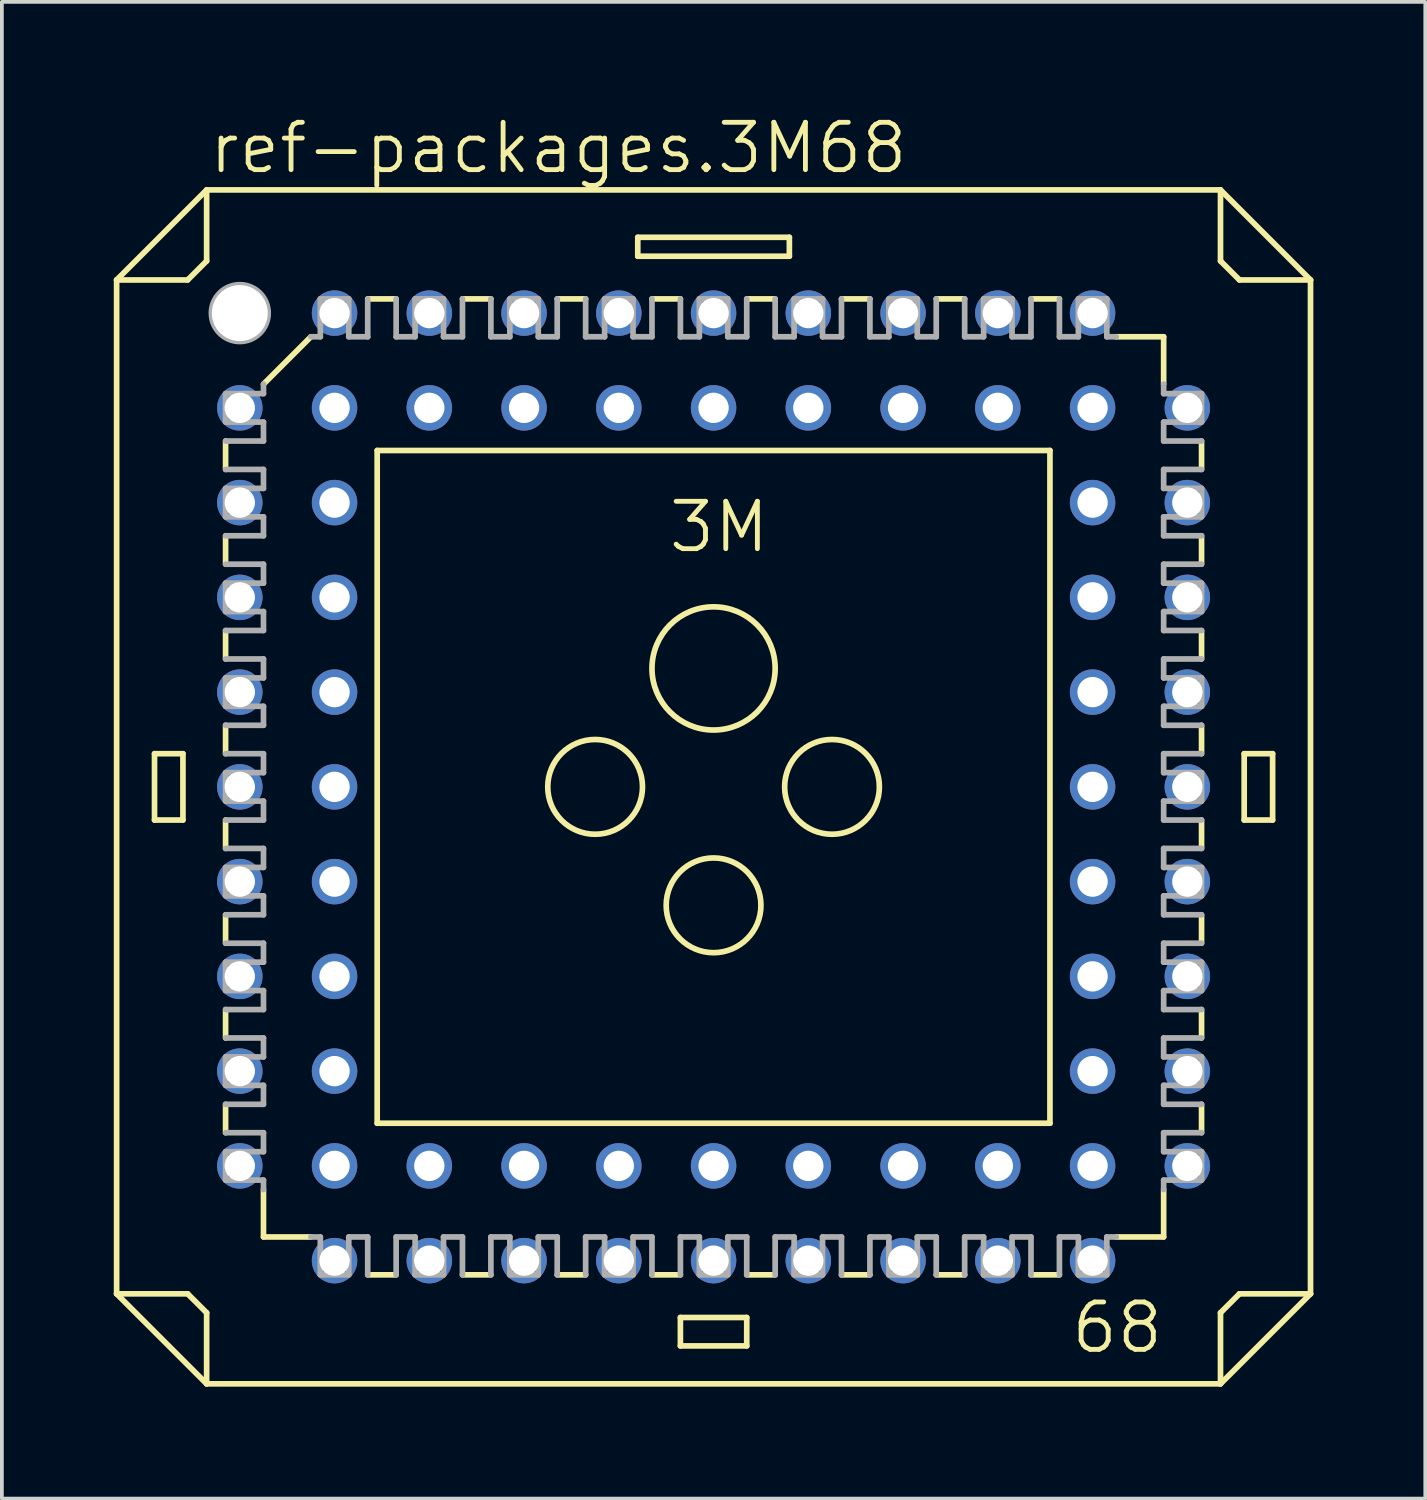
<source format=kicad_pcb>
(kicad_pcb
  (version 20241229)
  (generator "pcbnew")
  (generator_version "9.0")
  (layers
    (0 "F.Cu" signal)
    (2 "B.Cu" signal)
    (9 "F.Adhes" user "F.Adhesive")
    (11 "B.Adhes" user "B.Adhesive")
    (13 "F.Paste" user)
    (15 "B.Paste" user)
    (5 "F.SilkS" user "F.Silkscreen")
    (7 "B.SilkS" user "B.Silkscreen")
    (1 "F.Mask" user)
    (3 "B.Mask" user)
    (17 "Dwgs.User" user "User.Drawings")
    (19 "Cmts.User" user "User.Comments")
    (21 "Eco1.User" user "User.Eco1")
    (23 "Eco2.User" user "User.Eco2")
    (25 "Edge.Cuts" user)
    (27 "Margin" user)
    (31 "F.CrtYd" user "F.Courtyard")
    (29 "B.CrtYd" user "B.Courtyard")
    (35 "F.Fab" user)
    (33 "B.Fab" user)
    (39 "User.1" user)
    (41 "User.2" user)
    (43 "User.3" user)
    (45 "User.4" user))
  (footprint "ref-packages.3M68"
    (layer "F.Cu")
    (at 16.078 18.043)
    (property "Reference" "ref-packages.3M68" (at -13.589 -16.383 0) (layer "F.SilkS") (effects (font (size 1.27 1.27) (thickness 0.13)) (justify left bottom)))
    (attr through_hole)
    (fp_line (start -16.002 -13.589) (end -16.002 13.589) (stroke (width 0.152) (type default)) (layer "F.SilkS"))
    (fp_line (start -16.002 -13.589) (end -13.589 -16.002) (stroke (width 0.152) (type default)) (layer "F.SilkS"))
    (fp_line (start -16.002 13.589) (end -14.097 13.589) (stroke (width 0.152) (type default)) (layer "F.SilkS"))
    (fp_line (start -14.986 -0.889) (end -14.224 -0.889) (stroke (width 0.152) (type default)) (layer "F.SilkS"))
    (fp_line (start -14.986 0.889) (end -14.986 -0.889) (stroke (width 0.152) (type default)) (layer "F.SilkS"))
    (fp_line (start -14.986 0.889) (end -14.224 0.889) (stroke (width 0.152) (type default)) (layer "F.SilkS"))
    (fp_line (start -14.224 0.889) (end -14.224 -0.889) (stroke (width 0.152) (type default)) (layer "F.SilkS"))
    (fp_line (start -14.097 -13.589) (end -16.002 -13.589) (stroke (width 0.152) (type default)) (layer "F.SilkS"))
    (fp_line (start -14.097 -13.589) (end -13.589 -14.097) (stroke (width 0.152) (type default)) (layer "F.SilkS"))
    (fp_line (start -13.589 -16.002) (end -13.589 -14.097) (stroke (width 0.152) (type default)) (layer "F.SilkS"))
    (fp_line (start -13.589 14.097) (end -14.097 13.589) (stroke (width 0.152) (type default)) (layer "F.SilkS"))
    (fp_line (start -13.589 14.097) (end -13.589 16.002) (stroke (width 0.152) (type default)) (layer "F.SilkS"))
    (fp_line (start -13.589 16.002) (end -16.002 13.589) (stroke (width 0.152) (type default)) (layer "F.SilkS"))
    (fp_line (start -13.081 -9.271) (end -13.081 -8.509) (stroke (width 0.152) (type default)) (layer "F.SilkS"))
    (fp_line (start -13.081 -6.731) (end -13.081 -5.969) (stroke (width 0.152) (type default)) (layer "F.SilkS"))
    (fp_line (start -13.081 -4.191) (end -13.081 -3.429) (stroke (width 0.152) (type default)) (layer "F.SilkS"))
    (fp_line (start -13.081 -0.889) (end -13.081 -1.651) (stroke (width 0.152) (type default)) (layer "F.SilkS"))
    (fp_line (start -13.081 1.651) (end -13.081 0.889) (stroke (width 0.152) (type default)) (layer "F.SilkS"))
    (fp_line (start -13.081 4.191) (end -13.081 3.429) (stroke (width 0.152) (type default)) (layer "F.SilkS"))
    (fp_line (start -13.081 5.969) (end -13.081 6.731) (stroke (width 0.152) (type default)) (layer "F.SilkS"))
    (fp_line (start -13.081 8.509) (end -13.081 9.271) (stroke (width 0.152) (type default)) (layer "F.SilkS"))
    (fp_line (start -12.065 -10.795) (end -10.795 -12.065) (stroke (width 0.152) (type default)) (layer "F.SilkS"))
    (fp_line (start -12.065 12.065) (end -12.065 10.795) (stroke (width 0.152) (type default)) (layer "F.SilkS"))
    (fp_line (start -12.065 12.065) (end -10.795 12.065) (stroke (width 0.152) (type default)) (layer "F.SilkS"))
    (fp_line (start -9.271 13.081) (end -8.509 13.081) (stroke (width 0.152) (type default)) (layer "F.SilkS"))
    (fp_line (start -9.017 -9.017) (end -9.017 9.017) (stroke (width 0.152) (type default)) (layer "F.SilkS"))
    (fp_line (start -9.017 -9.017) (end 9.017 -9.017) (stroke (width 0.152) (type default)) (layer "F.SilkS"))
    (fp_line (start -8.509 -13.081) (end -9.271 -13.081) (stroke (width 0.152) (type default)) (layer "F.SilkS"))
    (fp_line (start -6.731 13.081) (end -5.969 13.081) (stroke (width 0.152) (type default)) (layer "F.SilkS"))
    (fp_line (start -5.969 -13.081) (end -6.731 -13.081) (stroke (width 0.152) (type default)) (layer "F.SilkS"))
    (fp_line (start -4.191 13.081) (end -3.429 13.081) (stroke (width 0.152) (type default)) (layer "F.SilkS"))
    (fp_line (start -3.429 -13.081) (end -4.191 -13.081) (stroke (width 0.152) (type default)) (layer "F.SilkS"))
    (fp_line (start -2.032 -14.732) (end -2.032 -14.224) (stroke (width 0.152) (type default)) (layer "F.SilkS"))
    (fp_line (start -1.651 13.081) (end -0.889 13.081) (stroke (width 0.152) (type default)) (layer "F.SilkS"))
    (fp_line (start -0.889 -13.081) (end -1.651 -13.081) (stroke (width 0.152) (type default)) (layer "F.SilkS"))
    (fp_line (start -0.889 14.986) (end -0.889 14.224) (stroke (width 0.152) (type default)) (layer "F.SilkS"))
    (fp_line (start -0.889 14.986) (end 0.889 14.986) (stroke (width 0.152) (type default)) (layer "F.SilkS"))
    (fp_line (start 0.889 13.081) (end 1.651 13.081) (stroke (width 0.152) (type default)) (layer "F.SilkS"))
    (fp_line (start 0.889 14.224) (end -0.889 14.224) (stroke (width 0.152) (type default)) (layer "F.SilkS"))
    (fp_line (start 0.889 14.224) (end 0.889 14.986) (stroke (width 0.152) (type default)) (layer "F.SilkS"))
    (fp_line (start 1.651 -13.081) (end 0.889 -13.081) (stroke (width 0.152) (type default)) (layer "F.SilkS"))
    (fp_line (start 2.032 -14.732) (end -2.032 -14.732) (stroke (width 0.152) (type default)) (layer "F.SilkS"))
    (fp_line (start 2.032 -14.224) (end -2.032 -14.224) (stroke (width 0.152) (type default)) (layer "F.SilkS"))
    (fp_line (start 2.032 -14.224) (end 2.032 -14.732) (stroke (width 0.152) (type default)) (layer "F.SilkS"))
    (fp_line (start 3.429 13.081) (end 4.191 13.081) (stroke (width 0.152) (type default)) (layer "F.SilkS"))
    (fp_line (start 4.191 -13.081) (end 3.429 -13.081) (stroke (width 0.152) (type default)) (layer "F.SilkS"))
    (fp_line (start 5.969 13.081) (end 6.731 13.081) (stroke (width 0.152) (type default)) (layer "F.SilkS"))
    (fp_line (start 6.731 -13.081) (end 5.969 -13.081) (stroke (width 0.152) (type default)) (layer "F.SilkS"))
    (fp_line (start 8.509 13.081) (end 9.271 13.081) (stroke (width 0.152) (type default)) (layer "F.SilkS"))
    (fp_line (start 9.017 9.017) (end -9.017 9.017) (stroke (width 0.152) (type default)) (layer "F.SilkS"))
    (fp_line (start 9.017 9.017) (end 9.017 -9.017) (stroke (width 0.152) (type default)) (layer "F.SilkS"))
    (fp_line (start 9.271 -13.081) (end 8.509 -13.081) (stroke (width 0.152) (type default)) (layer "F.SilkS"))
    (fp_line (start 10.795 12.065) (end 12.065 12.065) (stroke (width 0.152) (type default)) (layer "F.SilkS"))
    (fp_line (start 12.065 -12.065) (end 10.795 -12.065) (stroke (width 0.152) (type default)) (layer "F.SilkS"))
    (fp_line (start 12.065 -12.065) (end 12.065 -10.795) (stroke (width 0.152) (type default)) (layer "F.SilkS"))
    (fp_line (start 12.065 12.065) (end 12.065 10.795) (stroke (width 0.152) (type default)) (layer "F.SilkS"))
    (fp_line (start 13.081 -8.509) (end 13.081 -9.271) (stroke (width 0.152) (type default)) (layer "F.SilkS"))
    (fp_line (start 13.081 -5.969) (end 13.081 -6.731) (stroke (width 0.152) (type default)) (layer "F.SilkS"))
    (fp_line (start 13.081 -4.191) (end 13.081 -3.429) (stroke (width 0.152) (type default)) (layer "F.SilkS"))
    (fp_line (start 13.081 -1.651) (end 13.081 -0.889) (stroke (width 0.152) (type default)) (layer "F.SilkS"))
    (fp_line (start 13.081 0.889) (end 13.081 1.651) (stroke (width 0.152) (type default)) (layer "F.SilkS"))
    (fp_line (start 13.081 4.191) (end 13.081 3.429) (stroke (width 0.152) (type default)) (layer "F.SilkS"))
    (fp_line (start 13.081 6.731) (end 13.081 5.969) (stroke (width 0.152) (type default)) (layer "F.SilkS"))
    (fp_line (start 13.081 9.271) (end 13.081 8.509) (stroke (width 0.152) (type default)) (layer "F.SilkS"))
    (fp_line (start 13.589 -16.002) (end -13.589 -16.002) (stroke (width 0.152) (type default)) (layer "F.SilkS"))
    (fp_line (start 13.589 -16.002) (end 16.002 -13.589) (stroke (width 0.152) (type default)) (layer "F.SilkS"))
    (fp_line (start 13.589 -14.097) (end 13.589 -16.002) (stroke (width 0.152) (type default)) (layer "F.SilkS"))
    (fp_line (start 13.589 -14.097) (end 14.097 -13.589) (stroke (width 0.152) (type default)) (layer "F.SilkS"))
    (fp_line (start 13.589 16.002) (end -13.589 16.002) (stroke (width 0.152) (type default)) (layer "F.SilkS"))
    (fp_line (start 13.589 16.002) (end 13.589 14.097) (stroke (width 0.152) (type default)) (layer "F.SilkS"))
    (fp_line (start 14.097 13.589) (end 13.589 14.097) (stroke (width 0.152) (type default)) (layer "F.SilkS"))
    (fp_line (start 14.097 13.589) (end 16.002 13.589) (stroke (width 0.152) (type default)) (layer "F.SilkS"))
    (fp_line (start 14.224 -0.889) (end 14.224 0.889) (stroke (width 0.152) (type default)) (layer "F.SilkS"))
    (fp_line (start 14.224 -0.889) (end 14.986 -0.889) (stroke (width 0.152) (type default)) (layer "F.SilkS"))
    (fp_line (start 14.986 0.889) (end 14.224 0.889) (stroke (width 0.152) (type default)) (layer "F.SilkS"))
    (fp_line (start 14.986 0.889) (end 14.986 -0.889) (stroke (width 0.152) (type default)) (layer "F.SilkS"))
    (fp_line (start 16.002 -13.589) (end 14.097 -13.589) (stroke (width 0.152) (type default)) (layer "F.SilkS"))
    (fp_line (start 16.002 -13.589) (end 16.002 13.589) (stroke (width 0.152) (type default)) (layer "F.SilkS"))
    (fp_line (start 16.002 13.589) (end 13.589 16.002) (stroke (width 0.152) (type default)) (layer "F.SilkS"))
    (fp_circle (center -3.175 0) (end -1.905 0) (stroke (width 0.152) (type default)) (fill no) (layer "F.SilkS"))
    (fp_circle (center 0 -3.175) (end 1.651 -3.175) (stroke (width 0.152) (type default)) (fill no) (layer "F.SilkS"))
    (fp_circle (center 0 3.175) (end 1.27 3.175) (stroke (width 0.152) (type default)) (fill no) (layer "F.SilkS"))
    (fp_circle (center 3.175 0) (end 4.445 0) (stroke (width 0.152) (type default)) (fill no) (layer "F.SilkS"))
    (fp_line (start -13.081 -10.541) (end -13.081 -9.779) (stroke (width 0.152) (type default)) (layer "F.Fab"))
    (fp_line (start -13.081 -10.541) (end -12.065 -10.541) (stroke (width 0.152) (type default)) (layer "F.Fab"))
    (fp_line (start -13.081 -9.271) (end -12.065 -9.271) (stroke (width 0.152) (type default)) (layer "F.Fab"))
    (fp_line (start -13.081 -7.239) (end -13.081 -8.001) (stroke (width 0.152) (type default)) (layer "F.Fab"))
    (fp_line (start -13.081 -7.239) (end -12.065 -7.239) (stroke (width 0.152) (type default)) (layer "F.Fab"))
    (fp_line (start -13.081 -6.731) (end -12.065 -6.731) (stroke (width 0.152) (type default)) (layer "F.Fab"))
    (fp_line (start -13.081 -5.461) (end -13.081 -4.699) (stroke (width 0.152) (type default)) (layer "F.Fab"))
    (fp_line (start -13.081 -5.461) (end -12.065 -5.461) (stroke (width 0.152) (type default)) (layer "F.Fab"))
    (fp_line (start -13.081 -4.191) (end -12.065 -4.191) (stroke (width 0.152) (type default)) (layer "F.Fab"))
    (fp_line (start -13.081 -2.921) (end -13.081 -2.159) (stroke (width 0.152) (type default)) (layer "F.Fab"))
    (fp_line (start -13.081 -2.921) (end -12.065 -2.921) (stroke (width 0.152) (type default)) (layer "F.Fab"))
    (fp_line (start -13.081 -0.889) (end -12.065 -0.889) (stroke (width 0.152) (type default)) (layer "F.Fab"))
    (fp_line (start -13.081 0.381) (end -13.081 -0.381) (stroke (width 0.152) (type default)) (layer "F.Fab"))
    (fp_line (start -13.081 0.381) (end -12.065 0.381) (stroke (width 0.152) (type default)) (layer "F.Fab"))
    (fp_line (start -13.081 1.651) (end -12.065 1.651) (stroke (width 0.152) (type default)) (layer "F.Fab"))
    (fp_line (start -13.081 2.921) (end -13.081 2.159) (stroke (width 0.152) (type default)) (layer "F.Fab"))
    (fp_line (start -13.081 2.921) (end -12.065 2.921) (stroke (width 0.152) (type default)) (layer "F.Fab"))
    (fp_line (start -13.081 4.191) (end -12.065 4.191) (stroke (width 0.152) (type default)) (layer "F.Fab"))
    (fp_line (start -13.081 5.461) (end -13.081 4.699) (stroke (width 0.152) (type default)) (layer "F.Fab"))
    (fp_line (start -13.081 5.461) (end -12.065 5.461) (stroke (width 0.152) (type default)) (layer "F.Fab"))
    (fp_line (start -13.081 5.969) (end -12.065 5.969) (stroke (width 0.152) (type default)) (layer "F.Fab"))
    (fp_line (start -13.081 7.239) (end -13.081 8.001) (stroke (width 0.152) (type default)) (layer "F.Fab"))
    (fp_line (start -13.081 7.239) (end -12.065 7.239) (stroke (width 0.152) (type default)) (layer "F.Fab"))
    (fp_line (start -13.081 8.509) (end -12.065 8.509) (stroke (width 0.152) (type default)) (layer "F.Fab"))
    (fp_line (start -13.081 9.779) (end -12.065 9.779) (stroke (width 0.152) (type default)) (layer "F.Fab"))
    (fp_line (start -13.081 10.541) (end -13.081 9.779) (stroke (width 0.152) (type default)) (layer "F.Fab"))
    (fp_line (start -13.081 10.541) (end -12.065 10.541) (stroke (width 0.152) (type default)) (layer "F.Fab"))
    (fp_line (start -12.065 -10.541) (end -12.065 -10.795) (stroke (width 0.152) (type default)) (layer "F.Fab"))
    (fp_line (start -12.065 -9.779) (end -13.081 -9.779) (stroke (width 0.152) (type default)) (layer "F.Fab"))
    (fp_line (start -12.065 -9.779) (end -12.065 -9.271) (stroke (width 0.152) (type default)) (layer "F.Fab"))
    (fp_line (start -12.065 -8.509) (end -13.081 -8.509) (stroke (width 0.152) (type default)) (layer "F.Fab"))
    (fp_line (start -12.065 -8.001) (end -13.081 -8.001) (stroke (width 0.152) (type default)) (layer "F.Fab"))
    (fp_line (start -12.065 -8.001) (end -12.065 -8.509) (stroke (width 0.152) (type default)) (layer "F.Fab"))
    (fp_line (start -12.065 -6.731) (end -12.065 -7.239) (stroke (width 0.152) (type default)) (layer "F.Fab"))
    (fp_line (start -12.065 -5.969) (end -13.081 -5.969) (stroke (width 0.152) (type default)) (layer "F.Fab"))
    (fp_line (start -12.065 -5.969) (end -12.065 -5.461) (stroke (width 0.152) (type default)) (layer "F.Fab"))
    (fp_line (start -12.065 -4.699) (end -13.081 -4.699) (stroke (width 0.152) (type default)) (layer "F.Fab"))
    (fp_line (start -12.065 -4.699) (end -12.065 -4.191) (stroke (width 0.152) (type default)) (layer "F.Fab"))
    (fp_line (start -12.065 -3.429) (end -13.081 -3.429) (stroke (width 0.152) (type default)) (layer "F.Fab"))
    (fp_line (start -12.065 -3.429) (end -12.065 -2.921) (stroke (width 0.152) (type default)) (layer "F.Fab"))
    (fp_line (start -12.065 -2.159) (end -13.081 -2.159) (stroke (width 0.152) (type default)) (layer "F.Fab"))
    (fp_line (start -12.065 -2.159) (end -12.065 -1.651) (stroke (width 0.152) (type default)) (layer "F.Fab"))
    (fp_line (start -12.065 -1.651) (end -13.081 -1.651) (stroke (width 0.152) (type default)) (layer "F.Fab"))
    (fp_line (start -12.065 -0.381) (end -13.081 -0.381) (stroke (width 0.152) (type default)) (layer "F.Fab"))
    (fp_line (start -12.065 -0.381) (end -12.065 -0.889) (stroke (width 0.152) (type default)) (layer "F.Fab"))
    (fp_line (start -12.065 0.889) (end -13.081 0.889) (stroke (width 0.152) (type default)) (layer "F.Fab"))
    (fp_line (start -12.065 0.889) (end -12.065 0.381) (stroke (width 0.152) (type default)) (layer "F.Fab"))
    (fp_line (start -12.065 2.159) (end -13.081 2.159) (stroke (width 0.152) (type default)) (layer "F.Fab"))
    (fp_line (start -12.065 2.159) (end -12.065 1.651) (stroke (width 0.152) (type default)) (layer "F.Fab"))
    (fp_line (start -12.065 3.429) (end -13.081 3.429) (stroke (width 0.152) (type default)) (layer "F.Fab"))
    (fp_line (start -12.065 3.429) (end -12.065 2.921) (stroke (width 0.152) (type default)) (layer "F.Fab"))
    (fp_line (start -12.065 4.699) (end -13.081 4.699) (stroke (width 0.152) (type default)) (layer "F.Fab"))
    (fp_line (start -12.065 4.699) (end -12.065 4.191) (stroke (width 0.152) (type default)) (layer "F.Fab"))
    (fp_line (start -12.065 5.461) (end -12.065 5.969) (stroke (width 0.152) (type default)) (layer "F.Fab"))
    (fp_line (start -12.065 6.731) (end -13.081 6.731) (stroke (width 0.152) (type default)) (layer "F.Fab"))
    (fp_line (start -12.065 6.731) (end -12.065 7.239) (stroke (width 0.152) (type default)) (layer "F.Fab"))
    (fp_line (start -12.065 8.001) (end -13.081 8.001) (stroke (width 0.152) (type default)) (layer "F.Fab"))
    (fp_line (start -12.065 8.001) (end -12.065 8.509) (stroke (width 0.152) (type default)) (layer "F.Fab"))
    (fp_line (start -12.065 9.271) (end -13.081 9.271) (stroke (width 0.152) (type default)) (layer "F.Fab"))
    (fp_line (start -12.065 9.271) (end -12.065 9.779) (stroke (width 0.152) (type default)) (layer "F.Fab"))
    (fp_line (start -12.065 10.541) (end -12.065 10.795) (stroke (width 0.152) (type default)) (layer "F.Fab"))
    (fp_line (start -10.795 -12.065) (end -10.541 -12.065) (stroke (width 0.152) (type default)) (layer "F.Fab"))
    (fp_line (start -10.541 -12.065) (end -10.541 -13.081) (stroke (width 0.152) (type default)) (layer "F.Fab"))
    (fp_line (start -10.541 12.065) (end -10.795 12.065) (stroke (width 0.152) (type default)) (layer "F.Fab"))
    (fp_line (start -10.541 13.081) (end -10.541 12.065) (stroke (width 0.152) (type default)) (layer "F.Fab"))
    (fp_line (start -10.541 13.081) (end -9.779 13.081) (stroke (width 0.152) (type default)) (layer "F.Fab"))
    (fp_line (start -9.779 -13.081) (end -10.541 -13.081) (stroke (width 0.152) (type default)) (layer "F.Fab"))
    (fp_line (start -9.779 -13.081) (end -9.779 -12.065) (stroke (width 0.152) (type default)) (layer "F.Fab"))
    (fp_line (start -9.779 12.065) (end -9.779 13.081) (stroke (width 0.152) (type default)) (layer "F.Fab"))
    (fp_line (start -9.779 12.065) (end -9.271 12.065) (stroke (width 0.152) (type default)) (layer "F.Fab"))
    (fp_line (start -9.271 -12.065) (end -9.779 -12.065) (stroke (width 0.152) (type default)) (layer "F.Fab"))
    (fp_line (start -9.271 -12.065) (end -9.271 -13.081) (stroke (width 0.152) (type default)) (layer "F.Fab"))
    (fp_line (start -9.271 13.081) (end -9.271 12.065) (stroke (width 0.152) (type default)) (layer "F.Fab"))
    (fp_line (start -8.509 -13.081) (end -8.509 -12.065) (stroke (width 0.152) (type default)) (layer "F.Fab"))
    (fp_line (start -8.509 12.065) (end -8.509 13.081) (stroke (width 0.152) (type default)) (layer "F.Fab"))
    (fp_line (start -8.001 -12.065) (end -8.509 -12.065) (stroke (width 0.152) (type default)) (layer "F.Fab"))
    (fp_line (start -8.001 -12.065) (end -8.001 -13.081) (stroke (width 0.152) (type default)) (layer "F.Fab"))
    (fp_line (start -8.001 12.065) (end -8.509 12.065) (stroke (width 0.152) (type default)) (layer "F.Fab"))
    (fp_line (start -8.001 12.065) (end -8.001 13.081) (stroke (width 0.152) (type default)) (layer "F.Fab"))
    (fp_line (start -7.239 -13.081) (end -8.001 -13.081) (stroke (width 0.152) (type default)) (layer "F.Fab"))
    (fp_line (start -7.239 -13.081) (end -7.239 -12.065) (stroke (width 0.152) (type default)) (layer "F.Fab"))
    (fp_line (start -7.239 13.081) (end -8.001 13.081) (stroke (width 0.152) (type default)) (layer "F.Fab"))
    (fp_line (start -7.239 13.081) (end -7.239 12.065) (stroke (width 0.152) (type default)) (layer "F.Fab"))
    (fp_line (start -6.731 -12.065) (end -7.239 -12.065) (stroke (width 0.152) (type default)) (layer "F.Fab"))
    (fp_line (start -6.731 -12.065) (end -6.731 -13.081) (stroke (width 0.152) (type default)) (layer "F.Fab"))
    (fp_line (start -6.731 12.065) (end -7.239 12.065) (stroke (width 0.152) (type default)) (layer "F.Fab"))
    (fp_line (start -6.731 13.081) (end -6.731 12.065) (stroke (width 0.152) (type default)) (layer "F.Fab"))
    (fp_line (start -5.969 -13.081) (end -5.969 -12.065) (stroke (width 0.152) (type default)) (layer "F.Fab"))
    (fp_line (start -5.969 12.065) (end -5.969 13.081) (stroke (width 0.152) (type default)) (layer "F.Fab"))
    (fp_line (start -5.969 12.065) (end -5.461 12.065) (stroke (width 0.152) (type default)) (layer "F.Fab"))
    (fp_line (start -5.461 -12.065) (end -5.969 -12.065) (stroke (width 0.152) (type default)) (layer "F.Fab"))
    (fp_line (start -5.461 -12.065) (end -5.461 -13.081) (stroke (width 0.152) (type default)) (layer "F.Fab"))
    (fp_line (start -5.461 13.081) (end -5.461 12.065) (stroke (width 0.152) (type default)) (layer "F.Fab"))
    (fp_line (start -5.461 13.081) (end -4.699 13.081) (stroke (width 0.152) (type default)) (layer "F.Fab"))
    (fp_line (start -4.699 -13.081) (end -5.461 -13.081) (stroke (width 0.152) (type default)) (layer "F.Fab"))
    (fp_line (start -4.699 -13.081) (end -4.699 -12.065) (stroke (width 0.152) (type default)) (layer "F.Fab"))
    (fp_line (start -4.699 12.065) (end -4.699 13.081) (stroke (width 0.152) (type default)) (layer "F.Fab"))
    (fp_line (start -4.699 12.065) (end -4.191 12.065) (stroke (width 0.152) (type default)) (layer "F.Fab"))
    (fp_line (start -4.191 -12.065) (end -4.699 -12.065) (stroke (width 0.152) (type default)) (layer "F.Fab"))
    (fp_line (start -4.191 -12.065) (end -4.191 -13.081) (stroke (width 0.152) (type default)) (layer "F.Fab"))
    (fp_line (start -4.191 13.081) (end -4.191 12.065) (stroke (width 0.152) (type default)) (layer "F.Fab"))
    (fp_line (start -3.429 -13.081) (end -3.429 -12.065) (stroke (width 0.152) (type default)) (layer "F.Fab"))
    (fp_line (start -3.429 12.065) (end -3.429 13.081) (stroke (width 0.152) (type default)) (layer "F.Fab"))
    (fp_line (start -3.429 12.065) (end -2.921 12.065) (stroke (width 0.152) (type default)) (layer "F.Fab"))
    (fp_line (start -2.921 -12.065) (end -3.429 -12.065) (stroke (width 0.152) (type default)) (layer "F.Fab"))
    (fp_line (start -2.921 -12.065) (end -2.921 -13.081) (stroke (width 0.152) (type default)) (layer "F.Fab"))
    (fp_line (start -2.921 13.081) (end -2.921 12.065) (stroke (width 0.152) (type default)) (layer "F.Fab"))
    (fp_line (start -2.921 13.081) (end -2.159 13.081) (stroke (width 0.152) (type default)) (layer "F.Fab"))
    (fp_line (start -2.159 -13.081) (end -2.921 -13.081) (stroke (width 0.152) (type default)) (layer "F.Fab"))
    (fp_line (start -2.159 -13.081) (end -2.159 -12.065) (stroke (width 0.152) (type default)) (layer "F.Fab"))
    (fp_line (start -2.159 12.065) (end -2.159 13.081) (stroke (width 0.152) (type default)) (layer "F.Fab"))
    (fp_line (start -2.159 12.065) (end -1.651 12.065) (stroke (width 0.152) (type default)) (layer "F.Fab"))
    (fp_line (start -1.651 -12.065) (end -2.159 -12.065) (stroke (width 0.152) (type default)) (layer "F.Fab"))
    (fp_line (start -1.651 -12.065) (end -1.651 -13.081) (stroke (width 0.152) (type default)) (layer "F.Fab"))
    (fp_line (start -1.651 13.081) (end -1.651 12.065) (stroke (width 0.152) (type default)) (layer "F.Fab"))
    (fp_line (start -0.889 -13.081) (end -0.889 -12.065) (stroke (width 0.152) (type default)) (layer "F.Fab"))
    (fp_line (start -0.889 12.065) (end -0.889 13.081) (stroke (width 0.152) (type default)) (layer "F.Fab"))
    (fp_line (start -0.889 12.065) (end -0.381 12.065) (stroke (width 0.152) (type default)) (layer "F.Fab"))
    (fp_line (start -0.381 -12.065) (end -0.889 -12.065) (stroke (width 0.152) (type default)) (layer "F.Fab"))
    (fp_line (start -0.381 -12.065) (end -0.381 -13.081) (stroke (width 0.152) (type default)) (layer "F.Fab"))
    (fp_line (start -0.381 13.081) (end -0.381 12.065) (stroke (width 0.152) (type default)) (layer "F.Fab"))
    (fp_line (start -0.381 13.081) (end 0.381 13.081) (stroke (width 0.152) (type default)) (layer "F.Fab"))
    (fp_line (start 0.381 -13.081) (end -0.381 -13.081) (stroke (width 0.152) (type default)) (layer "F.Fab"))
    (fp_line (start 0.381 -13.081) (end 0.381 -12.065) (stroke (width 0.152) (type default)) (layer "F.Fab"))
    (fp_line (start 0.381 12.065) (end 0.381 13.081) (stroke (width 0.152) (type default)) (layer "F.Fab"))
    (fp_line (start 0.381 12.065) (end 0.889 12.065) (stroke (width 0.152) (type default)) (layer "F.Fab"))
    (fp_line (start 0.889 -12.065) (end 0.381 -12.065) (stroke (width 0.152) (type default)) (layer "F.Fab"))
    (fp_line (start 0.889 -12.065) (end 0.889 -13.081) (stroke (width 0.152) (type default)) (layer "F.Fab"))
    (fp_line (start 0.889 13.081) (end 0.889 12.065) (stroke (width 0.152) (type default)) (layer "F.Fab"))
    (fp_line (start 1.651 -13.081) (end 1.651 -12.065) (stroke (width 0.152) (type default)) (layer "F.Fab"))
    (fp_line (start 1.651 12.065) (end 1.651 13.081) (stroke (width 0.152) (type default)) (layer "F.Fab"))
    (fp_line (start 1.651 12.065) (end 2.159 12.065) (stroke (width 0.152) (type default)) (layer "F.Fab"))
    (fp_line (start 2.159 -12.065) (end 1.651 -12.065) (stroke (width 0.152) (type default)) (layer "F.Fab"))
    (fp_line (start 2.159 -12.065) (end 2.159 -13.081) (stroke (width 0.152) (type default)) (layer "F.Fab"))
    (fp_line (start 2.159 13.081) (end 2.159 12.065) (stroke (width 0.152) (type default)) (layer "F.Fab"))
    (fp_line (start 2.159 13.081) (end 2.921 13.081) (stroke (width 0.152) (type default)) (layer "F.Fab"))
    (fp_line (start 2.921 -13.081) (end 2.159 -13.081) (stroke (width 0.152) (type default)) (layer "F.Fab"))
    (fp_line (start 2.921 -13.081) (end 2.921 -12.065) (stroke (width 0.152) (type default)) (layer "F.Fab"))
    (fp_line (start 2.921 12.065) (end 2.921 13.081) (stroke (width 0.152) (type default)) (layer "F.Fab"))
    (fp_line (start 2.921 12.065) (end 3.429 12.065) (stroke (width 0.152) (type default)) (layer "F.Fab"))
    (fp_line (start 3.429 -12.065) (end 2.921 -12.065) (stroke (width 0.152) (type default)) (layer "F.Fab"))
    (fp_line (start 3.429 -12.065) (end 3.429 -13.081) (stroke (width 0.152) (type default)) (layer "F.Fab"))
    (fp_line (start 3.429 13.081) (end 3.429 12.065) (stroke (width 0.152) (type default)) (layer "F.Fab"))
    (fp_line (start 4.191 -13.081) (end 4.191 -12.065) (stroke (width 0.152) (type default)) (layer "F.Fab"))
    (fp_line (start 4.191 12.065) (end 4.191 13.081) (stroke (width 0.152) (type default)) (layer "F.Fab"))
    (fp_line (start 4.191 12.065) (end 4.699 12.065) (stroke (width 0.152) (type default)) (layer "F.Fab"))
    (fp_line (start 4.699 -12.065) (end 4.191 -12.065) (stroke (width 0.152) (type default)) (layer "F.Fab"))
    (fp_line (start 4.699 -12.065) (end 4.699 -13.081) (stroke (width 0.152) (type default)) (layer "F.Fab"))
    (fp_line (start 4.699 13.081) (end 4.699 12.065) (stroke (width 0.152) (type default)) (layer "F.Fab"))
    (fp_line (start 4.699 13.081) (end 5.461 13.081) (stroke (width 0.152) (type default)) (layer "F.Fab"))
    (fp_line (start 5.461 -13.081) (end 4.699 -13.081) (stroke (width 0.152) (type default)) (layer "F.Fab"))
    (fp_line (start 5.461 -13.081) (end 5.461 -12.065) (stroke (width 0.152) (type default)) (layer "F.Fab"))
    (fp_line (start 5.461 12.065) (end 5.461 13.081) (stroke (width 0.152) (type default)) (layer "F.Fab"))
    (fp_line (start 5.461 12.065) (end 5.969 12.065) (stroke (width 0.152) (type default)) (layer "F.Fab"))
    (fp_line (start 5.969 -12.065) (end 5.461 -12.065) (stroke (width 0.152) (type default)) (layer "F.Fab"))
    (fp_line (start 5.969 -12.065) (end 5.969 -13.081) (stroke (width 0.152) (type default)) (layer "F.Fab"))
    (fp_line (start 5.969 13.081) (end 5.969 12.065) (stroke (width 0.152) (type default)) (layer "F.Fab"))
    (fp_line (start 6.731 -13.081) (end 6.731 -12.065) (stroke (width 0.152) (type default)) (layer "F.Fab"))
    (fp_line (start 6.731 -12.065) (end 7.239 -12.065) (stroke (width 0.152) (type default)) (layer "F.Fab"))
    (fp_line (start 6.731 12.065) (end 6.731 13.081) (stroke (width 0.152) (type default)) (layer "F.Fab"))
    (fp_line (start 6.731 12.065) (end 7.239 12.065) (stroke (width 0.152) (type default)) (layer "F.Fab"))
    (fp_line (start 7.239 -13.081) (end 7.239 -12.065) (stroke (width 0.152) (type default)) (layer "F.Fab"))
    (fp_line (start 7.239 -13.081) (end 8.001 -13.081) (stroke (width 0.152) (type default)) (layer "F.Fab"))
    (fp_line (start 7.239 13.081) (end 7.239 12.065) (stroke (width 0.152) (type default)) (layer "F.Fab"))
    (fp_line (start 7.239 13.081) (end 8.001 13.081) (stroke (width 0.152) (type default)) (layer "F.Fab"))
    (fp_line (start 8.001 -12.065) (end 8.001 -13.081) (stroke (width 0.152) (type default)) (layer "F.Fab"))
    (fp_line (start 8.001 -12.065) (end 8.509 -12.065) (stroke (width 0.152) (type default)) (layer "F.Fab"))
    (fp_line (start 8.001 12.065) (end 8.001 13.081) (stroke (width 0.152) (type default)) (layer "F.Fab"))
    (fp_line (start 8.001 12.065) (end 8.509 12.065) (stroke (width 0.152) (type default)) (layer "F.Fab"))
    (fp_line (start 8.509 -12.065) (end 8.509 -13.081) (stroke (width 0.152) (type default)) (layer "F.Fab"))
    (fp_line (start 8.509 13.081) (end 8.509 12.065) (stroke (width 0.152) (type default)) (layer "F.Fab"))
    (fp_line (start 9.271 -13.081) (end 9.271 -12.065) (stroke (width 0.152) (type default)) (layer "F.Fab"))
    (fp_line (start 9.271 13.081) (end 9.271 12.065) (stroke (width 0.152) (type default)) (layer "F.Fab"))
    (fp_line (start 9.779 -12.065) (end 9.271 -12.065) (stroke (width 0.152) (type default)) (layer "F.Fab"))
    (fp_line (start 9.779 -12.065) (end 9.779 -13.081) (stroke (width 0.152) (type default)) (layer "F.Fab"))
    (fp_line (start 9.779 12.065) (end 9.271 12.065) (stroke (width 0.152) (type default)) (layer "F.Fab"))
    (fp_line (start 9.779 13.081) (end 9.779 12.065) (stroke (width 0.152) (type default)) (layer "F.Fab"))
    (fp_line (start 9.779 13.081) (end 10.541 13.081) (stroke (width 0.152) (type default)) (layer "F.Fab"))
    (fp_line (start 10.541 -13.081) (end 9.779 -13.081) (stroke (width 0.152) (type default)) (layer "F.Fab"))
    (fp_line (start 10.541 -13.081) (end 10.541 -12.065) (stroke (width 0.152) (type default)) (layer "F.Fab"))
    (fp_line (start 10.541 -12.065) (end 10.795 -12.065) (stroke (width 0.152) (type default)) (layer "F.Fab"))
    (fp_line (start 10.541 12.065) (end 10.541 13.081) (stroke (width 0.152) (type default)) (layer "F.Fab"))
    (fp_line (start 10.795 12.065) (end 10.541 12.065) (stroke (width 0.152) (type default)) (layer "F.Fab"))
    (fp_line (start 12.065 -10.541) (end 12.065 -10.795) (stroke (width 0.152) (type default)) (layer "F.Fab"))
    (fp_line (start 12.065 -9.779) (end 12.065 -9.271) (stroke (width 0.152) (type default)) (layer "F.Fab"))
    (fp_line (start 12.065 -9.779) (end 13.081 -9.779) (stroke (width 0.152) (type default)) (layer "F.Fab"))
    (fp_line (start 12.065 -9.271) (end 13.081 -9.271) (stroke (width 0.152) (type default)) (layer "F.Fab"))
    (fp_line (start 12.065 -8.001) (end 12.065 -8.509) (stroke (width 0.152) (type default)) (layer "F.Fab"))
    (fp_line (start 12.065 -8.001) (end 13.081 -8.001) (stroke (width 0.152) (type default)) (layer "F.Fab"))
    (fp_line (start 12.065 -6.731) (end 12.065 -7.239) (stroke (width 0.152) (type default)) (layer "F.Fab"))
    (fp_line (start 12.065 -6.731) (end 13.081 -6.731) (stroke (width 0.152) (type default)) (layer "F.Fab"))
    (fp_line (start 12.065 -5.461) (end 12.065 -5.969) (stroke (width 0.152) (type default)) (layer "F.Fab"))
    (fp_line (start 12.065 -4.699) (end 12.065 -4.191) (stroke (width 0.152) (type default)) (layer "F.Fab"))
    (fp_line (start 12.065 -4.699) (end 13.081 -4.699) (stroke (width 0.152) (type default)) (layer "F.Fab"))
    (fp_line (start 12.065 -3.429) (end 12.065 -2.921) (stroke (width 0.152) (type default)) (layer "F.Fab"))
    (fp_line (start 12.065 -3.429) (end 13.081 -3.429) (stroke (width 0.152) (type default)) (layer "F.Fab"))
    (fp_line (start 12.065 -2.159) (end 12.065 -1.651) (stroke (width 0.152) (type default)) (layer "F.Fab"))
    (fp_line (start 12.065 -2.159) (end 13.081 -2.159) (stroke (width 0.152) (type default)) (layer "F.Fab"))
    (fp_line (start 12.065 -0.889) (end 12.065 -0.381) (stroke (width 0.152) (type default)) (layer "F.Fab"))
    (fp_line (start 12.065 -0.889) (end 13.081 -0.889) (stroke (width 0.152) (type default)) (layer "F.Fab"))
    (fp_line (start 12.065 0.381) (end 12.065 0.889) (stroke (width 0.152) (type default)) (layer "F.Fab"))
    (fp_line (start 12.065 0.381) (end 13.081 0.381) (stroke (width 0.152) (type default)) (layer "F.Fab"))
    (fp_line (start 12.065 1.651) (end 12.065 2.159) (stroke (width 0.152) (type default)) (layer "F.Fab"))
    (fp_line (start 12.065 1.651) (end 13.081 1.651) (stroke (width 0.152) (type default)) (layer "F.Fab"))
    (fp_line (start 12.065 2.159) (end 13.081 2.159) (stroke (width 0.152) (type default)) (layer "F.Fab"))
    (fp_line (start 12.065 3.429) (end 12.065 2.921) (stroke (width 0.152) (type default)) (layer "F.Fab"))
    (fp_line (start 12.065 3.429) (end 13.081 3.429) (stroke (width 0.152) (type default)) (layer "F.Fab"))
    (fp_line (start 12.065 4.699) (end 12.065 4.191) (stroke (width 0.152) (type default)) (layer "F.Fab"))
    (fp_line (start 12.065 4.699) (end 13.081 4.699) (stroke (width 0.152) (type default)) (layer "F.Fab"))
    (fp_line (start 12.065 5.969) (end 12.065 5.461) (stroke (width 0.152) (type default)) (layer "F.Fab"))
    (fp_line (start 12.065 5.969) (end 13.081 5.969) (stroke (width 0.152) (type default)) (layer "F.Fab"))
    (fp_line (start 12.065 6.731) (end 12.065 7.239) (stroke (width 0.152) (type default)) (layer "F.Fab"))
    (fp_line (start 12.065 8.001) (end 12.065 8.509) (stroke (width 0.152) (type default)) (layer "F.Fab"))
    (fp_line (start 12.065 8.001) (end 13.081 8.001) (stroke (width 0.152) (type default)) (layer "F.Fab"))
    (fp_line (start 12.065 8.509) (end 13.081 8.509) (stroke (width 0.152) (type default)) (layer "F.Fab"))
    (fp_line (start 12.065 9.779) (end 12.065 9.271) (stroke (width 0.152) (type default)) (layer "F.Fab"))
    (fp_line (start 12.065 9.779) (end 13.081 9.779) (stroke (width 0.152) (type default)) (layer "F.Fab"))
    (fp_line (start 12.065 10.541) (end 12.065 10.795) (stroke (width 0.152) (type default)) (layer "F.Fab"))
    (fp_line (start 13.081 -10.541) (end 12.065 -10.541) (stroke (width 0.152) (type default)) (layer "F.Fab"))
    (fp_line (start 13.081 -10.541) (end 13.081 -9.779) (stroke (width 0.152) (type default)) (layer "F.Fab"))
    (fp_line (start 13.081 -8.509) (end 12.065 -8.509) (stroke (width 0.152) (type default)) (layer "F.Fab"))
    (fp_line (start 13.081 -7.239) (end 12.065 -7.239) (stroke (width 0.152) (type default)) (layer "F.Fab"))
    (fp_line (start 13.081 -7.239) (end 13.081 -8.001) (stroke (width 0.152) (type default)) (layer "F.Fab"))
    (fp_line (start 13.081 -5.969) (end 12.065 -5.969) (stroke (width 0.152) (type default)) (layer "F.Fab"))
    (fp_line (start 13.081 -5.461) (end 12.065 -5.461) (stroke (width 0.152) (type default)) (layer "F.Fab"))
    (fp_line (start 13.081 -5.461) (end 13.081 -4.699) (stroke (width 0.152) (type default)) (layer "F.Fab"))
    (fp_line (start 13.081 -4.191) (end 12.065 -4.191) (stroke (width 0.152) (type default)) (layer "F.Fab"))
    (fp_line (start 13.081 -2.921) (end 12.065 -2.921) (stroke (width 0.152) (type default)) (layer "F.Fab"))
    (fp_line (start 13.081 -2.921) (end 13.081 -2.159) (stroke (width 0.152) (type default)) (layer "F.Fab"))
    (fp_line (start 13.081 -1.651) (end 12.065 -1.651) (stroke (width 0.152) (type default)) (layer "F.Fab"))
    (fp_line (start 13.081 -0.381) (end 12.065 -0.381) (stroke (width 0.152) (type default)) (layer "F.Fab"))
    (fp_line (start 13.081 -0.381) (end 13.081 0.381) (stroke (width 0.152) (type default)) (layer "F.Fab"))
    (fp_line (start 13.081 0.889) (end 12.065 0.889) (stroke (width 0.152) (type default)) (layer "F.Fab"))
    (fp_line (start 13.081 2.921) (end 12.065 2.921) (stroke (width 0.152) (type default)) (layer "F.Fab"))
    (fp_line (start 13.081 2.921) (end 13.081 2.159) (stroke (width 0.152) (type default)) (layer "F.Fab"))
    (fp_line (start 13.081 4.191) (end 12.065 4.191) (stroke (width 0.152) (type default)) (layer "F.Fab"))
    (fp_line (start 13.081 5.461) (end 12.065 5.461) (stroke (width 0.152) (type default)) (layer "F.Fab"))
    (fp_line (start 13.081 5.461) (end 13.081 4.699) (stroke (width 0.152) (type default)) (layer "F.Fab"))
    (fp_line (start 13.081 6.731) (end 12.065 6.731) (stroke (width 0.152) (type default)) (layer "F.Fab"))
    (fp_line (start 13.081 7.239) (end 12.065 7.239) (stroke (width 0.152) (type default)) (layer "F.Fab"))
    (fp_line (start 13.081 7.239) (end 13.081 8.001) (stroke (width 0.152) (type default)) (layer "F.Fab"))
    (fp_line (start 13.081 9.271) (end 12.065 9.271) (stroke (width 0.152) (type default)) (layer "F.Fab"))
    (fp_line (start 13.081 10.541) (end 12.065 10.541) (stroke (width 0.152) (type default)) (layer "F.Fab"))
    (fp_line (start 13.081 10.541) (end 13.081 9.779) (stroke (width 0.152) (type default)) (layer "F.Fab"))
    (fp_circle (center -12.7 -12.7) (end -11.938 -12.7) (stroke (width 0.152) (type default)) (fill no) (layer "F.Fab"))
    (fp_text user "68" (at 9.525 15.24 0) (layer "F.SilkS") (effects (font (size 1.27 1.27) (thickness 0.13)) (justify left bottom)))
    (fp_text user "3M" (at -1.27 -6.223 0) (layer "F.SilkS") (effects (font (size 1.27 1.27) (thickness 0.13)) (justify left bottom)))
    (pad "" np_thru_hole circle (at -12.7 -12.7) (size 1.499 1.499) (drill 1.499) (layers "*.Cu" "*.Mask"))
    (pad "1" thru_hole circle (at 0 -12.7) (size 1.219 1.219) (drill 0.813) (layers "*.Cu" "*.Mask"))
    (pad "2" thru_hole circle (at 0 -10.16) (size 1.219 1.219) (drill 0.813) (layers "*.Cu" "*.Mask"))
    (pad "3" thru_hole circle (at -2.54 -12.7) (size 1.219 1.219) (drill 0.813) (layers "*.Cu" "*.Mask"))
    (pad "4" thru_hole circle (at -2.54 -10.16) (size 1.219 1.219) (drill 0.813) (layers "*.Cu" "*.Mask"))
    (pad "5" thru_hole circle (at -5.08 -12.7) (size 1.219 1.219) (drill 0.813) (layers "*.Cu" "*.Mask"))
    (pad "6" thru_hole circle (at -5.08 -10.16) (size 1.219 1.219) (drill 0.813) (layers "*.Cu" "*.Mask"))
    (pad "7" thru_hole circle (at -7.62 -12.7) (size 1.219 1.219) (drill 0.813) (layers "*.Cu" "*.Mask"))
    (pad "8" thru_hole circle (at -7.62 -10.16) (size 1.219 1.219) (drill 0.813) (layers "*.Cu" "*.Mask"))
    (pad "9" thru_hole circle (at -10.16 -12.7) (size 1.219 1.219) (drill 0.813) (layers "*.Cu" "*.Mask"))
    (pad "10" thru_hole circle (at -12.7 -10.16) (size 1.219 1.219) (drill 0.813) (layers "*.Cu" "*.Mask"))
    (pad "11" thru_hole circle (at -10.16 -10.16) (size 1.219 1.219) (drill 0.813) (layers "*.Cu" "*.Mask"))
    (pad "12" thru_hole circle (at -12.7 -7.62) (size 1.219 1.219) (drill 0.813) (layers "*.Cu" "*.Mask"))
    (pad "13" thru_hole circle (at -10.16 -7.62) (size 1.219 1.219) (drill 0.813) (layers "*.Cu" "*.Mask"))
    (pad "14" thru_hole circle (at -12.7 -5.08) (size 1.219 1.219) (drill 0.813) (layers "*.Cu" "*.Mask"))
    (pad "15" thru_hole circle (at -10.16 -5.08) (size 1.219 1.219) (drill 0.813) (layers "*.Cu" "*.Mask"))
    (pad "16" thru_hole circle (at -12.7 -2.54) (size 1.219 1.219) (drill 0.813) (layers "*.Cu" "*.Mask"))
    (pad "17" thru_hole circle (at -10.16 -2.54) (size 1.219 1.219) (drill 0.813) (layers "*.Cu" "*.Mask"))
    (pad "18" thru_hole circle (at -12.7 0) (size 1.219 1.219) (drill 0.813) (layers "*.Cu" "*.Mask"))
    (pad "19" thru_hole circle (at -10.16 0) (size 1.219 1.219) (drill 0.813) (layers "*.Cu" "*.Mask"))
    (pad "20" thru_hole circle (at -12.7 2.54) (size 1.219 1.219) (drill 0.813) (layers "*.Cu" "*.Mask"))
    (pad "21" thru_hole circle (at -10.16 2.54) (size 1.219 1.219) (drill 0.813) (layers "*.Cu" "*.Mask"))
    (pad "22" thru_hole circle (at -12.7 5.08) (size 1.219 1.219) (drill 0.813) (layers "*.Cu" "*.Mask"))
    (pad "23" thru_hole circle (at -10.16 5.08) (size 1.219 1.219) (drill 0.813) (layers "*.Cu" "*.Mask"))
    (pad "24" thru_hole circle (at -12.7 7.62) (size 1.219 1.219) (drill 0.813) (layers "*.Cu" "*.Mask"))
    (pad "25" thru_hole circle (at -10.16 7.62) (size 1.219 1.219) (drill 0.813) (layers "*.Cu" "*.Mask"))
    (pad "26" thru_hole circle (at -12.7 10.16) (size 1.219 1.219) (drill 0.813) (layers "*.Cu" "*.Mask"))
    (pad "27" thru_hole circle (at -10.16 12.7) (size 1.219 1.219) (drill 0.813) (layers "*.Cu" "*.Mask"))
    (pad "28" thru_hole circle (at -10.16 10.16) (size 1.219 1.219) (drill 0.813) (layers "*.Cu" "*.Mask"))
    (pad "29" thru_hole circle (at -7.62 12.7) (size 1.219 1.219) (drill 0.813) (layers "*.Cu" "*.Mask"))
    (pad "30" thru_hole circle (at -7.62 10.16) (size 1.219 1.219) (drill 0.813) (layers "*.Cu" "*.Mask"))
    (pad "31" thru_hole circle (at -5.08 12.7) (size 1.219 1.219) (drill 0.813) (layers "*.Cu" "*.Mask"))
    (pad "32" thru_hole circle (at -5.08 10.16) (size 1.219 1.219) (drill 0.813) (layers "*.Cu" "*.Mask"))
    (pad "33" thru_hole circle (at -2.54 12.7) (size 1.219 1.219) (drill 0.813) (layers "*.Cu" "*.Mask"))
    (pad "34" thru_hole circle (at -2.54 10.16) (size 1.219 1.219) (drill 0.813) (layers "*.Cu" "*.Mask"))
    (pad "35" thru_hole circle (at 0 12.7) (size 1.219 1.219) (drill 0.813) (layers "*.Cu" "*.Mask"))
    (pad "36" thru_hole circle (at 0 10.16) (size 1.219 1.219) (drill 0.813) (layers "*.Cu" "*.Mask"))
    (pad "37" thru_hole circle (at 2.54 12.7) (size 1.219 1.219) (drill 0.813) (layers "*.Cu" "*.Mask"))
    (pad "38" thru_hole circle (at 2.54 10.16) (size 1.219 1.219) (drill 0.813) (layers "*.Cu" "*.Mask"))
    (pad "39" thru_hole circle (at 5.08 12.7) (size 1.219 1.219) (drill 0.813) (layers "*.Cu" "*.Mask"))
    (pad "40" thru_hole circle (at 5.08 10.16) (size 1.219 1.219) (drill 0.813) (layers "*.Cu" "*.Mask"))
    (pad "41" thru_hole circle (at 7.62 12.7) (size 1.219 1.219) (drill 0.813) (layers "*.Cu" "*.Mask"))
    (pad "42" thru_hole circle (at 7.62 10.16) (size 1.219 1.219) (drill 0.813) (layers "*.Cu" "*.Mask"))
    (pad "43" thru_hole circle (at 10.16 12.7) (size 1.219 1.219) (drill 0.813) (layers "*.Cu" "*.Mask"))
    (pad "44" thru_hole circle (at 12.7 10.16) (size 1.219 1.219) (drill 0.813) (layers "*.Cu" "*.Mask"))
    (pad "45" thru_hole circle (at 10.16 10.16) (size 1.219 1.219) (drill 0.813) (layers "*.Cu" "*.Mask"))
    (pad "46" thru_hole circle (at 12.7 7.62) (size 1.219 1.219) (drill 0.813) (layers "*.Cu" "*.Mask"))
    (pad "47" thru_hole circle (at 10.16 7.62) (size 1.219 1.219) (drill 0.813) (layers "*.Cu" "*.Mask"))
    (pad "48" thru_hole circle (at 12.7 5.08) (size 1.219 1.219) (drill 0.813) (layers "*.Cu" "*.Mask"))
    (pad "49" thru_hole circle (at 10.16 5.08) (size 1.219 1.219) (drill 0.813) (layers "*.Cu" "*.Mask"))
    (pad "50" thru_hole circle (at 12.7 2.54) (size 1.219 1.219) (drill 0.813) (layers "*.Cu" "*.Mask"))
    (pad "51" thru_hole circle (at 10.16 2.54) (size 1.219 1.219) (drill 0.813) (layers "*.Cu" "*.Mask"))
    (pad "52" thru_hole circle (at 12.7 0) (size 1.219 1.219) (drill 0.813) (layers "*.Cu" "*.Mask"))
    (pad "53" thru_hole circle (at 10.16 0) (size 1.219 1.219) (drill 0.813) (layers "*.Cu" "*.Mask"))
    (pad "54" thru_hole circle (at 12.7 -2.54) (size 1.219 1.219) (drill 0.813) (layers "*.Cu" "*.Mask"))
    (pad "55" thru_hole circle (at 10.16 -2.54) (size 1.219 1.219) (drill 0.813) (layers "*.Cu" "*.Mask"))
    (pad "56" thru_hole circle (at 12.7 -5.08) (size 1.219 1.219) (drill 0.813) (layers "*.Cu" "*.Mask"))
    (pad "57" thru_hole circle (at 10.16 -5.08) (size 1.219 1.219) (drill 0.813) (layers "*.Cu" "*.Mask"))
    (pad "58" thru_hole circle (at 12.7 -7.62) (size 1.219 1.219) (drill 0.813) (layers "*.Cu" "*.Mask"))
    (pad "59" thru_hole circle (at 10.16 -7.62) (size 1.219 1.219) (drill 0.813) (layers "*.Cu" "*.Mask"))
    (pad "60" thru_hole circle (at 12.7 -10.16) (size 1.219 1.219) (drill 0.813) (layers "*.Cu" "*.Mask"))
    (pad "61" thru_hole circle (at 10.16 -12.7) (size 1.219 1.219) (drill 0.813) (layers "*.Cu" "*.Mask"))
    (pad "62" thru_hole circle (at 10.16 -10.16) (size 1.219 1.219) (drill 0.813) (layers "*.Cu" "*.Mask"))
    (pad "63" thru_hole circle (at 7.62 -12.7) (size 1.219 1.219) (drill 0.813) (layers "*.Cu" "*.Mask"))
    (pad "64" thru_hole circle (at 7.62 -10.16) (size 1.219 1.219) (drill 0.813) (layers "*.Cu" "*.Mask"))
    (pad "65" thru_hole circle (at 5.08 -12.7) (size 1.219 1.219) (drill 0.813) (layers "*.Cu" "*.Mask"))
    (pad "66" thru_hole circle (at 5.08 -10.16) (size 1.219 1.219) (drill 0.813) (layers "*.Cu" "*.Mask"))
    (pad "67" thru_hole circle (at 2.54 -12.7) (size 1.219 1.219) (drill 0.813) (layers "*.Cu" "*.Mask"))
    (pad "68" thru_hole circle (at 2.54 -10.16) (size 1.219 1.219) (drill 0.813) (layers "*.Cu" "*.Mask")))
  (gr_rect
    (start -3 -3)
    (end 35.156 37.121)
    (stroke (width 0.1) (type default))
    (fill no)
    (layer "Edge.Cuts")))
</source>
